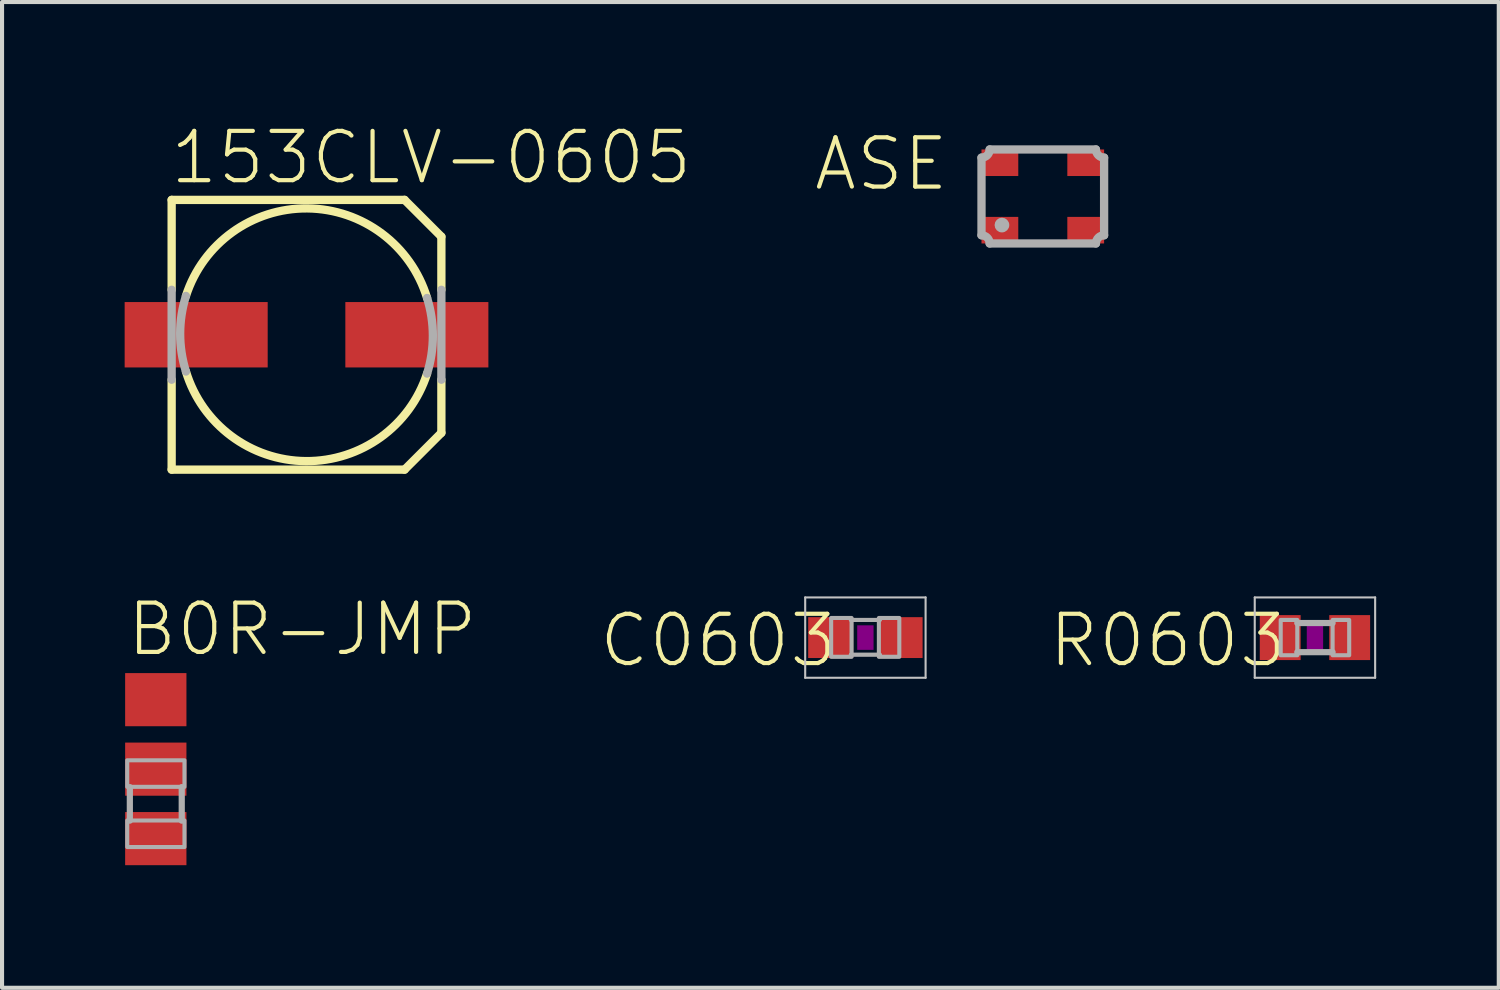
<source format=kicad_pcb>
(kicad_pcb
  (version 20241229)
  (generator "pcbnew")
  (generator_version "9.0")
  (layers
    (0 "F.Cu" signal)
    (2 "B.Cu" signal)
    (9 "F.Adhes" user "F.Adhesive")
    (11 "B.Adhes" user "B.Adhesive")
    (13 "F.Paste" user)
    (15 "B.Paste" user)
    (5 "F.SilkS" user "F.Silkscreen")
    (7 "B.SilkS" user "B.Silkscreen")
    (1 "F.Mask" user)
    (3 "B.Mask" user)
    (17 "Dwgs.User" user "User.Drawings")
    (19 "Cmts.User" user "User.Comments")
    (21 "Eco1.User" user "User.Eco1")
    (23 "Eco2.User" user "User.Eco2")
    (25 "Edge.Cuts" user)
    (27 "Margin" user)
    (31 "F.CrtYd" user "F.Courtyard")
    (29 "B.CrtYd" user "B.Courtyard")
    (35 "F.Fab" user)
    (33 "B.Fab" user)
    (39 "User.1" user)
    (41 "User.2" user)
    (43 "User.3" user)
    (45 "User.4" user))
  (footprint "153CLV-0605"
    (layer "F.Cu")
    (at 4.45 5.141)
    (property "Reference" "153CLV-0605" (at -3.39 -3.63 0) (layer "F.SilkS") (effects (font (size 1.206 1.206) (thickness 0.102)) (justify left bottom)))
    (attr through_hole)
    (fp_line (start -3.3 -3.3) (end 2.4 -3.3) (stroke (width 0.203) (type solid)) (layer "F.SilkS"))
    (fp_line (start -3.3 -1.1) (end -3.3 -3.3) (stroke (width 0.203) (type solid)) (layer "F.SilkS"))
    (fp_line (start -3.3 3.3) (end -3.3 1.1) (stroke (width 0.203) (type solid)) (layer "F.SilkS"))
    (fp_line (start 2.4 -3.3) (end 3.3 -2.4) (stroke (width 0.203) (type solid)) (layer "F.SilkS"))
    (fp_line (start 2.4 3.3) (end -3.3 3.3) (stroke (width 0.203) (type solid)) (layer "F.SilkS"))
    (fp_line (start 3.3 -2.4) (end 3.3 -1.1) (stroke (width 0.203) (type solid)) (layer "F.SilkS"))
    (fp_line (start 3.3 1.1) (end 3.3 2.4) (stroke (width 0.203) (type solid)) (layer "F.SilkS"))
    (fp_line (start 3.3 2.4) (end 2.4 3.3) (stroke (width 0.203) (type solid)) (layer "F.SilkS"))
    (fp_arc (start -2.95 -0.95) (mid 0.018362 -3.091623) (end 2.950002 -0.900001) (stroke (width 0.2032) (type solid)) (layer "F.SilkS"))
    (fp_arc (start 2.949998 0.949999) (mid -0.018362 3.09162) (end -2.95 0.9) (stroke (width 0.2032) (type solid)) (layer "F.SilkS"))
    (fp_line (start -3.3 1.1) (end -3.3 -1.1) (stroke (width 0.203) (type solid)) (layer "F.Fab"))
    (fp_line (start 3.3 -1.1) (end 3.3 1.1) (stroke (width 0.203) (type solid)) (layer "F.Fab"))
    (fp_arc (start -2.95 0.9) (mid -3.091622 -0.025) (end -2.95 -0.95) (stroke (width 0.2032) (type solid)) (layer "F.Fab"))
    (fp_arc (start 2.95 -0.9) (mid 3.091622 0.025) (end 2.95 0.95) (stroke (width 0.2032) (type solid)) (layer "F.Fab"))
    (pad "+" smd rect (at 2.7 0) (size 3.5 1.6) (layers "F.Cu" "F.Mask" "F.Paste"))
    (pad "-" smd rect (at -2.7 0) (size 3.5 1.6) (layers "F.Cu" "F.Mask" "F.Paste")))
  (footprint "B0R-JMP"
    (layer "F.Cu")
    (at 0.762 15.77)
    (property "Reference" "B0R-JMP" (at -0.762 -2.716 0) (layer "F.SilkS") (effects (font (size 1.206 1.206) (thickness 0.102)) (justify left bottom)))
    (attr through_hole)
    (fp_line (start -0.635 0.44) (end -0.635 1.26) (stroke (width 0.152) (type solid)) (layer "F.Fab"))
    (fp_line (start 0.635 1.26) (end 0.635 0.44) (stroke (width 0.152) (type solid)) (layer "F.Fab"))
    (fp_poly (pts (xy -0.699 -0.217) (xy -0.699 0.433) (xy 0.702 0.433) (xy 0.702 -0.217)) (stroke (width 0.1) (type solid)) (fill no) (layer "F.Fab"))
    (fp_poly (pts (xy -0.699 1.256) (xy -0.699 1.906) (xy 0.702 1.906) (xy 0.702 1.256)) (stroke (width 0.1) (type solid)) (fill no) (layer "F.Fab"))
    (pad "1" smd rect (at 0 -1.7 270) (size 1.3 1.5) (layers "F.Cu" "F.Mask" "F.Paste"))
    (pad "2" smd rect (at 0 0 270) (size 1.3 1.5) (layers "F.Cu" "F.Mask" "F.Paste"))
    (pad "3" smd rect (at 0 1.7 270) (size 1.3 1.5) (layers "F.Cu" "F.Mask" "F.Paste")))
  (footprint "R0603"
    (layer "F.Cu")
    (at 29.125 12.551)
    (property "Reference" "R0603" (at -0.635 -0.635 0) (layer "F.SilkS") (effects (font (size 1.206 1.206) (thickness 0.102)) (justify right top)))
    (attr through_hole)
    (fp_poly (pts (xy -0.2 0.4) (xy 0.2 0.4) (xy 0.2 -0.4) (xy -0.2 -0.4)) (stroke (width 0) (type solid)) (fill yes) (layer "F.Adhes"))
    (fp_line (start -1.473 -0.983) (end 1.473 -0.983) (stroke (width 0.051) (type solid)) (layer "Dwgs.User"))
    (fp_line (start -1.473 0.983) (end -1.473 -0.983) (stroke (width 0.051) (type solid)) (layer "Dwgs.User"))
    (fp_line (start 1.473 -0.983) (end 1.473 0.983) (stroke (width 0.051) (type solid)) (layer "Dwgs.User"))
    (fp_line (start 1.473 0.983) (end -1.473 0.983) (stroke (width 0.051) (type solid)) (layer "Dwgs.User"))
    (fp_line (start -0.432 0.356) (end 0.432 0.356) (stroke (width 0.152) (type solid)) (layer "F.Fab"))
    (fp_line (start 0.432 -0.356) (end -0.432 -0.356) (stroke (width 0.152) (type solid)) (layer "F.Fab"))
    (fp_poly (pts (xy -0.838 0.432) (xy -0.432 0.432) (xy -0.432 -0.432) (xy -0.838 -0.432)) (stroke (width 0.1) (type solid)) (fill no) (layer "F.Fab"))
    (fp_poly (pts (xy 0.432 0.432) (xy 0.838 0.432) (xy 0.838 -0.432) (xy 0.432 -0.432)) (stroke (width 0.1) (type solid)) (fill no) (layer "F.Fab"))
    (pad "1" smd rect (at -0.85 0) (size 1 1.1) (layers "F.Cu" "F.Mask" "F.Paste"))
    (pad "2" smd rect (at 0.85 0) (size 1 1.1) (layers "F.Cu" "F.Mask" "F.Paste")))
  (footprint "ASE"
    (layer "F.Cu")
    (at 22.466 1.757)
    (property "Reference" "ASE" (at -2.25 -1.5 0) (layer "F.SilkS") (effects (font (size 1.206 1.206) (thickness 0.102)) (justify right top)))
    (attr through_hole)
    (fp_line (start -1.5 0.95) (end -1.5 -0.95) (stroke (width 0.203) (type solid)) (layer "F.Fab"))
    (fp_line (start -1.3 -1.15) (end 1.3 -1.15) (stroke (width 0.203) (type solid)) (layer "F.Fab"))
    (fp_line (start 1.3 1.15) (end -1.3 1.15) (stroke (width 0.203) (type solid)) (layer "F.Fab"))
    (fp_line (start 1.5 -0.95) (end 1.5 0.95) (stroke (width 0.203) (type solid)) (layer "F.Fab"))
    (fp_arc (start -1.5 0.95) (mid -1.358579 1.008579) (end -1.3 1.15) (stroke (width 0.2032) (type solid)) (layer "F.Fab"))
    (fp_arc (start -1.3 -1.15) (mid -1.358579 -1.008579) (end -1.5 -0.95) (stroke (width 0.2032) (type solid)) (layer "F.Fab"))
    (fp_arc (start 1.3 1.15) (mid 1.358579 1.008579) (end 1.5 0.95) (stroke (width 0.2032) (type solid)) (layer "F.Fab"))
    (fp_arc (start 1.5 -0.95) (mid 1.358579 -1.008579) (end 1.3 -1.15) (stroke (width 0.2032) (type solid)) (layer "F.Fab"))
    (fp_circle (center -1 0.7) (end -0.91 0.7) (stroke (width 0.18) (type solid)) (fill no) (layer "F.Fab"))
    (pad "1" smd rect (at -1.05 0.825) (size 0.9 0.65) (layers "F.Cu" "F.Mask" "F.Paste"))
    (pad "2" smd rect (at 1.05 0.825) (size 0.9 0.65) (layers "F.Cu" "F.Mask" "F.Paste"))
    (pad "3" smd rect (at 1.05 -0.825 180) (size 0.9 0.65) (layers "F.Cu" "F.Mask" "F.Paste"))
    (pad "4" smd rect (at -1.05 -0.825 180) (size 0.9 0.65) (layers "F.Cu" "F.Mask" "F.Paste")))
  (footprint "C0603"
    (layer "F.Cu")
    (at 18.125 12.551)
    (property "Reference" "C0603" (at -0.635 -0.635 0) (layer "F.SilkS") (effects (font (size 1.206 1.206) (thickness 0.102)) (justify right top)))
    (attr through_hole)
    (fp_poly (pts (xy -0.2 0.3) (xy 0.2 0.3) (xy 0.2 -0.3) (xy -0.2 -0.3)) (stroke (width 0) (type solid)) (fill yes) (layer "F.Adhes"))
    (fp_line (start -1.473 -0.983) (end 1.473 -0.983) (stroke (width 0.051) (type solid)) (layer "Dwgs.User"))
    (fp_line (start -1.473 0.983) (end -1.473 -0.983) (stroke (width 0.051) (type solid)) (layer "Dwgs.User"))
    (fp_line (start 1.473 -0.983) (end 1.473 0.983) (stroke (width 0.051) (type solid)) (layer "Dwgs.User"))
    (fp_line (start 1.473 0.983) (end -1.473 0.983) (stroke (width 0.051) (type solid)) (layer "Dwgs.User"))
    (fp_line (start -0.356 -0.432) (end 0.356 -0.432) (stroke (width 0.102) (type solid)) (layer "F.Fab"))
    (fp_line (start -0.356 0.419) (end 0.356 0.419) (stroke (width 0.102) (type solid)) (layer "F.Fab"))
    (fp_poly (pts (xy -0.838 0.47) (xy -0.338 0.47) (xy -0.338 -0.48) (xy -0.838 -0.48)) (stroke (width 0.1) (type solid)) (fill no) (layer "F.Fab"))
    (fp_poly (pts (xy 0.33 0.47) (xy 0.83 0.47) (xy 0.83 -0.48) (xy 0.33 -0.48)) (stroke (width 0.1) (type solid)) (fill no) (layer "F.Fab"))
    (pad "1" smd rect (at -0.85 0) (size 1.1 1) (layers "F.Cu" "F.Mask" "F.Paste"))
    (pad "2" smd rect (at 0.85 0) (size 1.1 1) (layers "F.Cu" "F.Mask" "F.Paste")))
  (gr_rect
    (start -3 -3)
    (end 33.623 21.12)
    (stroke (width 0.1) (type default))
    (fill no)
    (layer "Edge.Cuts")))
</source>
